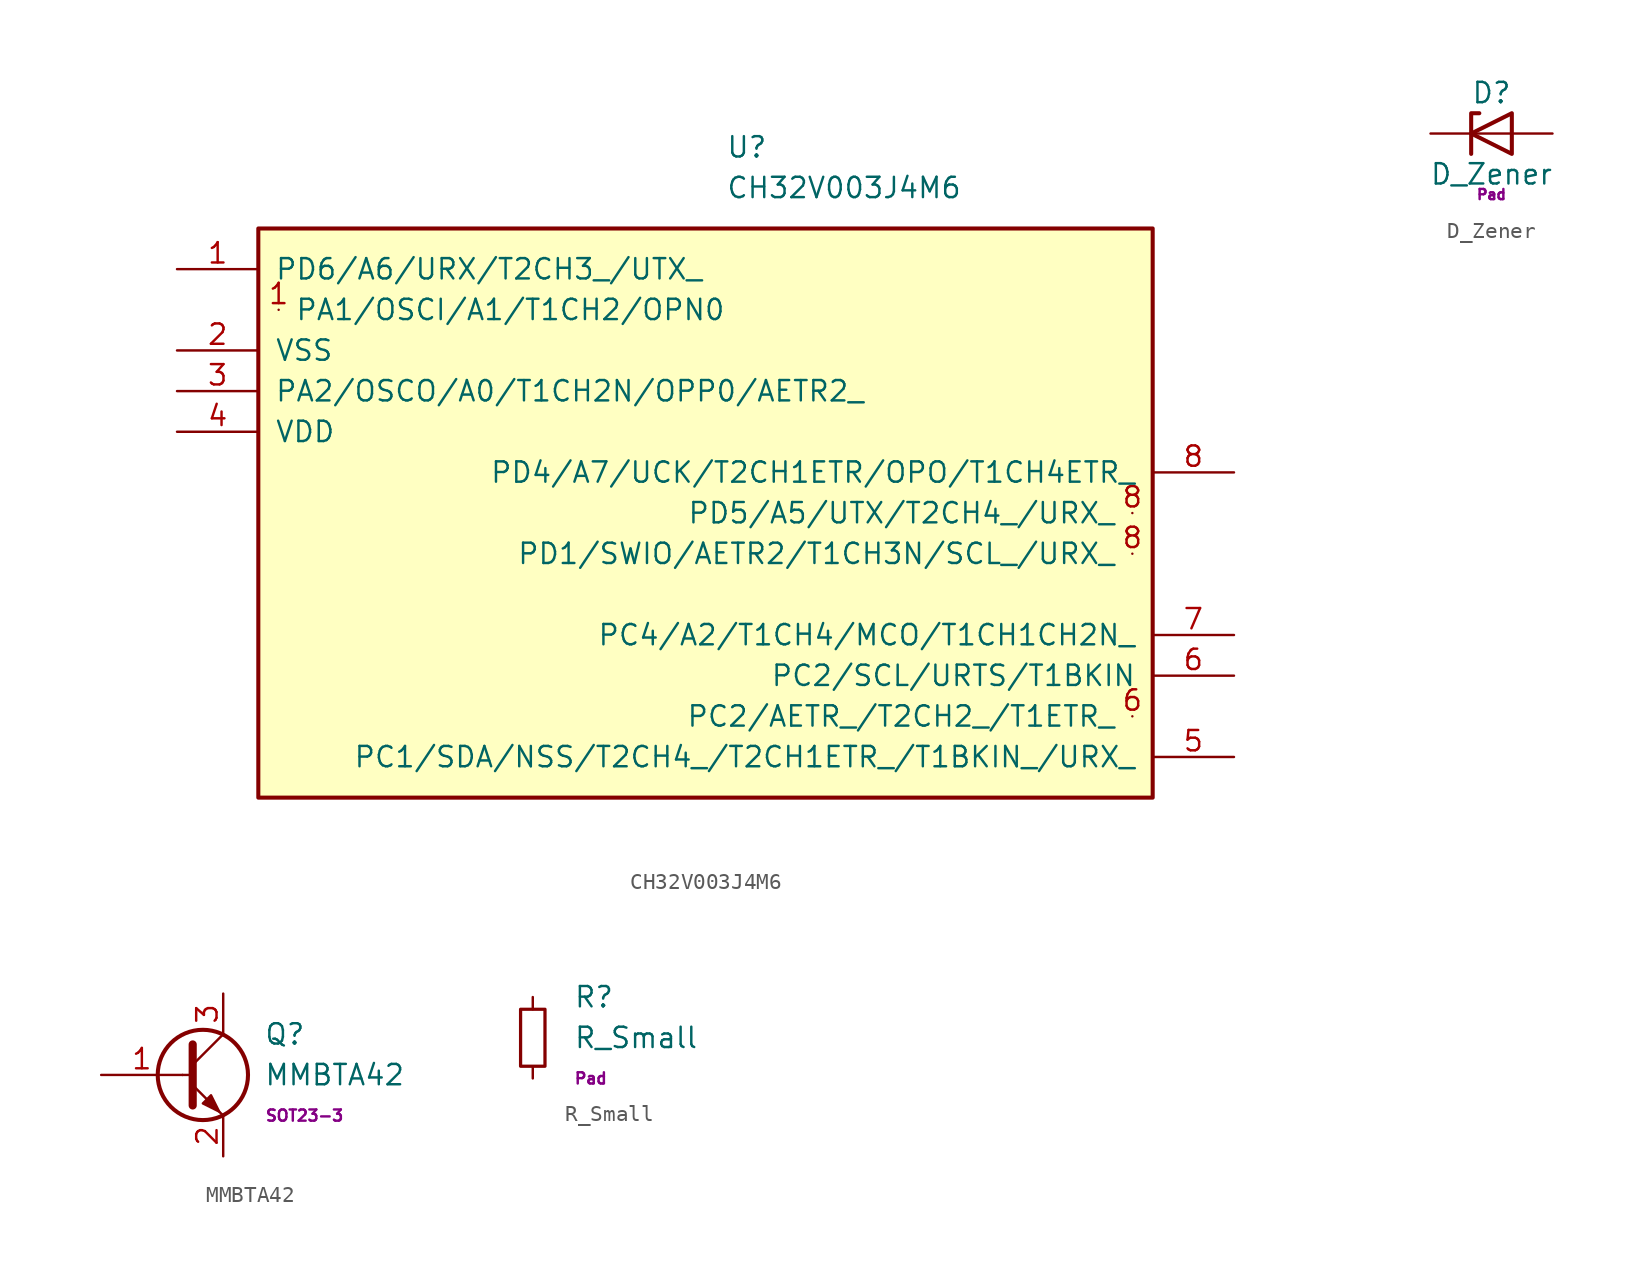
<source format=kicad_sym>
(kicad_symbol_lib
  (version 20241209)
  (generator "kicad_symbol_editor")
  (generator_version "9.0")
  (symbol "CH32V003J4M6"
    (pin_names
      (offset 1.016))
    (property "Reference" "U"
      (at 1.27 19.05 0)
      (effects (font (size 1.27 1.27)) (justify left)))
    (property "Value" "CH32V003J4M6"
      (at 1.27 16.51 0)
      (effects (font (size 1.27 1.27)) (justify left)))
    (symbol "CH32V003J4M6_0_1"
      (rectangle (start -27.94 13.97) (end 27.94 -21.59) (stroke (width 0.254) (type default)) (fill (type background))))
    (symbol "CH32V003J4M6_1_1"
      (pin bidirectional line (at -33.02 11.43 0) (length 5.08) (name "PD6/A6/URX/T2CH3_/UTX_" (effects (font (size 1.27 1.27)))) (number "1" (effects (font (size 1.27 1.27)))))
      (pin power_in line (at -33.02 6.35 0) (length 5.08) (name "VSS" (effects (font (size 1.27 1.27)))) (number "2" (effects (font (size 1.27 1.27)))))
      (pin bidirectional line (at -33.02 3.81 0) (length 5.08) (name "PA2/OSCO/A0/T1CH2N/OPP0/AETR2_" (effects (font (size 1.27 1.27)))) (number "3" (effects (font (size 1.27 1.27)))))
      (pin power_in line (at -33.02 1.27 0) (length 5.08) (name "VDD" (effects (font (size 1.27 1.27)))) (number "4" (effects (font (size 1.27 1.27)))))
      (pin free line (at -26.67 8.89 0) (length 0) (name "PA1/OSCI/A1/T1CH2/OPN0" (effects (font (size 1.27 1.27)))) (number "1" (effects (font (size 1.27 1.27)))))
      (pin free line (at 26.67 -3.81 180) (length 0) (name "PD5/A5/UTX/T2CH4_/URX_" (effects (font (size 1.27 1.27)))) (number "8" (effects (font (size 1.27 1.27)))))
      (pin free line (at 26.67 -6.35 180) (length 0) (name "PD1/SWIO/AETR2/T1CH3N/SCL_/URX_" (effects (font (size 1.27 1.27)))) (number "8" (effects (font (size 1.27 1.27)))))
      (pin free line (at 26.67 -16.51 180) (length 0) (name "PC2/AETR_/T2CH2_/T1ETR_" (effects (font (size 1.27 1.27)))) (number "6" (effects (font (size 1.27 1.27)))))
      (pin power_in line (at 33.02 -1.27 180) (length 5.08) (name "PD4/A7/UCK/T2CH1ETR/OPO/T1CH4ETR_" (effects (font (size 1.27 1.27)))) (number "8" (effects (font (size 1.27 1.27)))))
      (pin bidirectional line (at 33.02 -11.43 180) (length 5.08) (name "PC4/A2/T1CH4/MCO/T1CH1CH2N_" (effects (font (size 1.27 1.27)))) (number "7" (effects (font (size 1.27 1.27)))))
      (pin bidirectional line (at 33.02 -13.97 180) (length 5.08) (name "PC2/SCL/URTS/T1BKIN" (effects (font (size 1.27 1.27)))) (number "6" (effects (font (size 1.27 1.27)))))
      (pin bidirectional line (at 33.02 -19.05 180) (length 5.08) (name "PC1/SDA/NSS/T2CH4_/T2CH1ETR_/T1BKIN_/URX_" (effects (font (size 1.27 1.27)))) (number "5" (effects (font (size 1.27 1.27)))))))
  (symbol "D_Zener"
    (pin_numbers
      (hide yes))
    (pin_names
      (offset 1.016)
      (hide yes))
    (property "Reference" "D"
      (at 0 2.54 0)
      (effects (font (size 1.27 1.27))))
    (property "Value" "D_Zener"
      (at 0 -2.54 0)
      (effects (font (size 1.27 1.27))))
    (property "Pad" "Pad"
      (at 0 -3.81 0)
      (effects (font (size 0.635 0.635))))
    (symbol "D_Zener_0_1"
      (polyline (pts (xy -1.27 -1.27) (xy -1.27 1.27) (xy -0.762 1.27)) (stroke (width 0.254) (type default)) (fill (type none)))
      (polyline (pts (xy 1.27 0) (xy -1.27 0)) (stroke (width 0) (type default)) (fill (type none)))
      (polyline (pts (xy 1.27 -1.27) (xy 1.27 1.27) (xy -1.27 0) (xy 1.27 -1.27)) (stroke (width 0.254) (type default)) (fill (type none))))
    (symbol "D_Zener_1_1"
      (pin passive line (at -3.81 0 0) (length 2.54) (name "K" (effects (font (size 1.27 1.27)))) (number "1" (effects (font (size 1.27 1.27)))))
      (pin passive line (at 3.81 0 180) (length 2.54) (name "A" (effects (font (size 1.27 1.27)))) (number "2" (effects (font (size 1.27 1.27)))))))
  (symbol "MMBTA42"
    (pin_names
      (offset 1.016)
      (hide yes))
    (property "Reference" "Q"
      (at 5.08 2.54 0)
      (effects (font (size 1.27 1.27)) (justify left)))
    (property "Value" "MMBTA42"
      (at 5.08 0 0)
      (effects (font (size 1.27 1.27)) (justify left)))
    (property "Pad" "SOT23-3"
      (at 7.62 -2.54 0)
      (effects (font (size 0.7 0.7))))
    (symbol "MMBTA42_0_1"
      (polyline (pts (xy 0 0) (xy 0.635 0)) (stroke (width 0) (type default)) (fill (type none)))
      (polyline (pts (xy 0.635 1.905) (xy 0.635 -1.905) (xy 0.635 -1.905)) (stroke (width 0.508) (type default)) (fill (type none)))
      (polyline (pts (xy 0.635 0.635) (xy 2.54 2.54)) (stroke (width 0) (type default)) (fill (type none)))
      (polyline (pts (xy 0.635 -0.635) (xy 2.54 -2.54) (xy 2.54 -2.54)) (stroke (width 0) (type default)) (fill (type none)))
      (circle (center 1.27 0) (radius 2.819) (stroke (width 0.254) (type default)) (fill (type none)))
      (polyline (pts (xy 1.27 -1.778) (xy 1.778 -1.27) (xy 2.286 -2.286) (xy 1.27 -1.778) (xy 1.27 -1.778)) (stroke (width 0) (type default)) (fill (type outline))))
    (symbol "MMBTA42_1_1"
      (pin input line (at -5.08 0 0) (length 5.08) (name "B" (effects (font (size 1.27 1.27)))) (number "1" (effects (font (size 1.27 1.27)))))
      (pin passive line (at 2.54 5.08 270) (length 2.54) (name "C" (effects (font (size 1.27 1.27)))) (number "3" (effects (font (size 1.27 1.27)))))
      (pin passive line (at 2.54 -5.08 90) (length 2.54) (name "E" (effects (font (size 1.27 1.27)))) (number "2" (effects (font (size 1.27 1.27)))))))
  (symbol "R_Small"
    (pin_numbers
      (hide yes))
    (pin_names
      (offset 0.254)
      (hide yes))
    (property "Reference" "R"
      (at 2.54 2.54 0)
      (effects (font (size 1.27 1.27)) (justify left)))
    (property "Value" "R_Small"
      (at 2.54 0 0)
      (effects (font (size 1.27 1.27)) (justify left)))
    (property "Pad" "Pad"
      (at 2.54 -2.54 0)
      (effects (font (size 0.7 0.7)) (justify left)))
    (symbol "R_Small_0_1"
      (rectangle (start -0.762 1.778) (end 0.762 -1.778) (stroke (width 0.203) (type default)) (fill (type none))))
    (symbol "R_Small_1_1"
      (pin passive line (at 0 2.54 270) (length 0.762) (name "~" (effects (font (size 1.27 1.27)))) (number "1" (effects (font (size 1.27 1.27)))))
      (pin passive line (at 0 -2.54 90) (length 0.762) (name "~" (effects (font (size 1.27 1.27)))) (number "2" (effects (font (size 1.27 1.27))))))))
</source>
